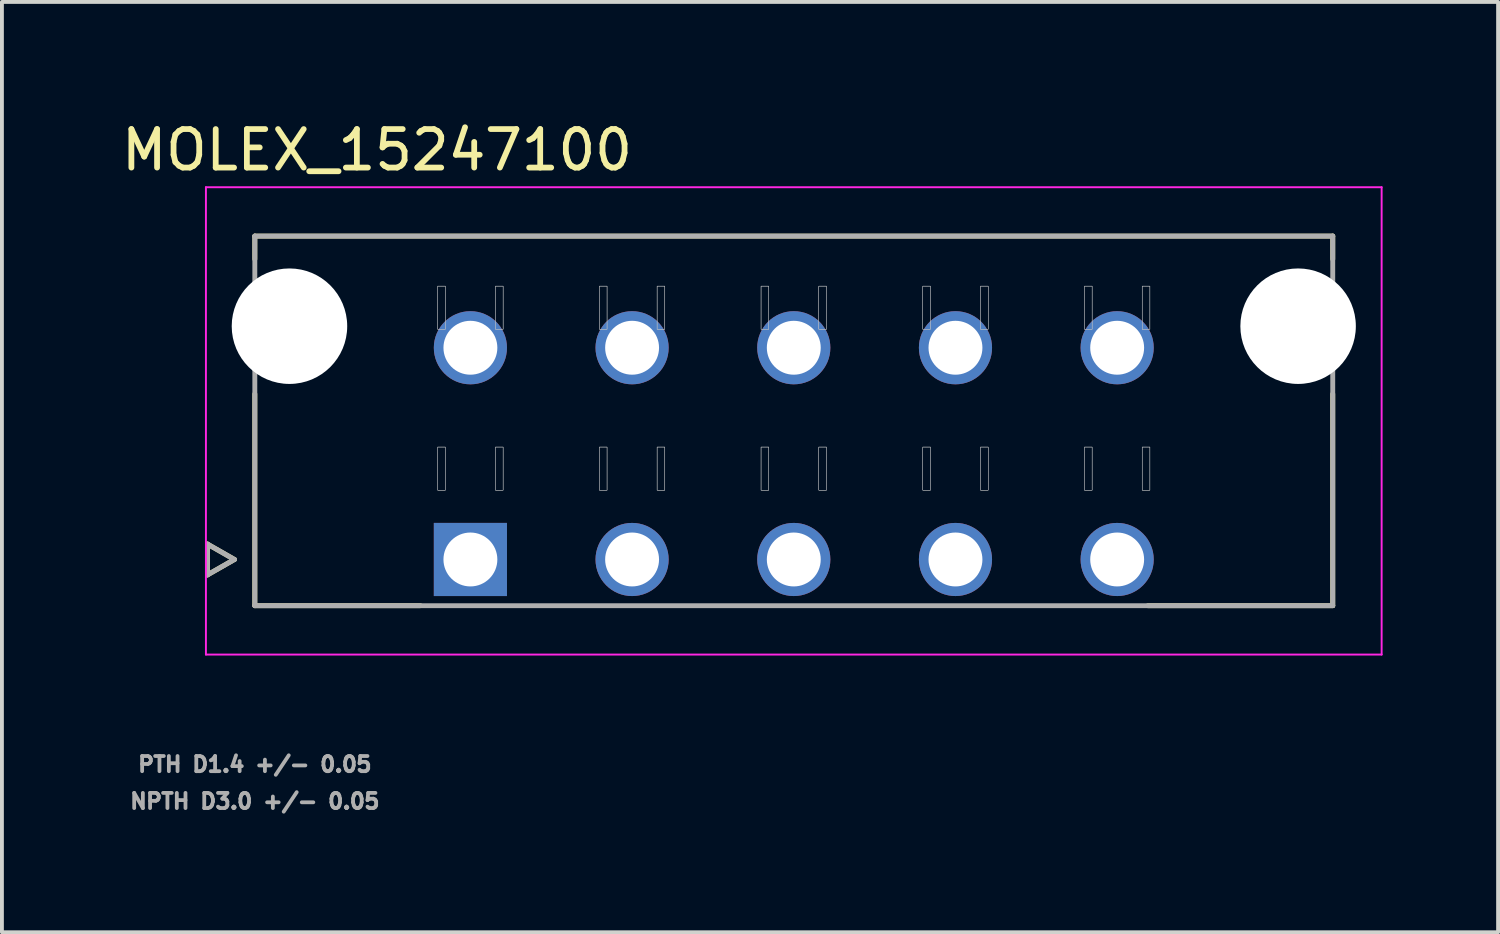
<source format=kicad_pcb>
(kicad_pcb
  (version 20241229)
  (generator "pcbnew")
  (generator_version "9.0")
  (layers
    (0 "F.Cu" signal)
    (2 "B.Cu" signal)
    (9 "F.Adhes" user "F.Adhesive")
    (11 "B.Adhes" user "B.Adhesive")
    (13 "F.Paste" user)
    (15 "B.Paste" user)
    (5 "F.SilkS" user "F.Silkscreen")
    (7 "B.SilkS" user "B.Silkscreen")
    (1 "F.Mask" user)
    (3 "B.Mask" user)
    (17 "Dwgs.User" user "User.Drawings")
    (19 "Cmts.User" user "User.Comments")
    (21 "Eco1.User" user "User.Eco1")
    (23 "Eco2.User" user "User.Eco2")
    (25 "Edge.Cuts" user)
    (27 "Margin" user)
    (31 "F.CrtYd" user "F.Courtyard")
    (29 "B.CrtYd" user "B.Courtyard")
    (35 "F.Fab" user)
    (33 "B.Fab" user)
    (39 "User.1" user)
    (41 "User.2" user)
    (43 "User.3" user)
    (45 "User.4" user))
  (footprint "MOLEX_15247100"
    (layer "F.Cu")
    (at 9.169 11.483)
    (property "Reference" "MOLEX_15247100" (at -2.425 -10.635 0) (layer "F.SilkS") (effects (font (size 1 1) (thickness 0.15))))
    (attr through_hole)
    (fp_circle (center -4.7 -6.06) (end -3.912 -6.06) (stroke (width 1.576) (type solid)) (fill no) (layer "F.Mask"))
    (fp_circle (center 0 -5.5) (end 0.513 -5.5) (stroke (width 1.026) (type solid)) (fill no) (layer "F.Mask"))
    (fp_circle (center 4.2 -5.5) (end 4.713 -5.5) (stroke (width 1.026) (type solid)) (fill no) (layer "F.Mask"))
    (fp_circle (center 4.2 0) (end 4.713 0) (stroke (width 1.026) (type solid)) (fill no) (layer "F.Mask"))
    (fp_circle (center 8.4 -5.5) (end 8.913 -5.5) (stroke (width 1.026) (type solid)) (fill no) (layer "F.Mask"))
    (fp_circle (center 8.4 0) (end 8.913 0) (stroke (width 1.026) (type solid)) (fill no) (layer "F.Mask"))
    (fp_circle (center 12.6 -5.5) (end 13.113 -5.5) (stroke (width 1.026) (type solid)) (fill no) (layer "F.Mask"))
    (fp_circle (center 12.6 0) (end 13.113 0) (stroke (width 1.026) (type solid)) (fill no) (layer "F.Mask"))
    (fp_circle (center 16.8 -5.5) (end 17.313 -5.5) (stroke (width 1.026) (type solid)) (fill no) (layer "F.Mask"))
    (fp_circle (center 16.8 0) (end 17.313 0) (stroke (width 1.026) (type solid)) (fill no) (layer "F.Mask"))
    (fp_circle (center 21.5 -6.06) (end 22.288 -6.06) (stroke (width 1.576) (type solid)) (fill no) (layer "F.Mask"))
    (fp_poly (pts (xy -1.026 -1.026) (xy 1.026 -1.026) (xy 1.026 1.026) (xy -1.026 1.026)) (stroke (width 0.01) (type solid)) (fill yes) (layer "F.Mask"))
    (fp_circle (center -4.7 -6.06) (end -3.912 -6.06) (stroke (width 1.576) (type solid)) (fill no) (layer "B.Mask"))
    (fp_circle (center 0 -5.5) (end 0.513 -5.5) (stroke (width 1.026) (type solid)) (fill no) (layer "B.Mask"))
    (fp_circle (center 4.2 -5.5) (end 4.713 -5.5) (stroke (width 1.026) (type solid)) (fill no) (layer "B.Mask"))
    (fp_circle (center 4.2 0) (end 4.713 0) (stroke (width 1.026) (type solid)) (fill no) (layer "B.Mask"))
    (fp_circle (center 8.4 -5.5) (end 8.913 -5.5) (stroke (width 1.026) (type solid)) (fill no) (layer "B.Mask"))
    (fp_circle (center 8.4 0) (end 8.913 0) (stroke (width 1.026) (type solid)) (fill no) (layer "B.Mask"))
    (fp_circle (center 12.6 -5.5) (end 13.113 -5.5) (stroke (width 1.026) (type solid)) (fill no) (layer "B.Mask"))
    (fp_circle (center 12.6 0) (end 13.113 0) (stroke (width 1.026) (type solid)) (fill no) (layer "B.Mask"))
    (fp_circle (center 16.8 -5.5) (end 17.313 -5.5) (stroke (width 1.026) (type solid)) (fill no) (layer "B.Mask"))
    (fp_circle (center 16.8 0) (end 17.313 0) (stroke (width 1.026) (type solid)) (fill no) (layer "B.Mask"))
    (fp_circle (center 21.5 -6.06) (end 22.288 -6.06) (stroke (width 1.576) (type solid)) (fill no) (layer "B.Mask"))
    (fp_poly (pts (xy -1.026 -1.026) (xy 1.026 -1.026) (xy 1.026 1.026) (xy -1.026 1.026)) (stroke (width 0.01) (type solid)) (fill yes) (layer "B.Mask"))
    (fp_line (start -6.83 -0.4) (end -6.83 0.4) (stroke (width 0.127) (type solid)) (layer "F.SilkS"))
    (fp_line (start -6.83 0.4) (end -6.13 0) (stroke (width 0.127) (type solid)) (layer "F.SilkS"))
    (fp_line (start -6.13 0) (end -6.83 -0.4) (stroke (width 0.127) (type solid)) (layer "F.SilkS"))
    (fp_line (start -5.6 -8.4) (end -5.6 -7.8) (stroke (width 0.127) (type solid)) (layer "F.SilkS"))
    (fp_line (start -5.6 -8.4) (end 22.4 -8.4) (stroke (width 0.127) (type solid)) (layer "F.SilkS"))
    (fp_line (start -5.6 -4.3) (end -5.6 1.2) (stroke (width 0.127) (type solid)) (layer "F.SilkS"))
    (fp_line (start -1.3 1.2) (end -5.6 1.2) (stroke (width 0.127) (type solid)) (layer "F.SilkS"))
    (fp_line (start 22.4 -8.4) (end 22.4 -7.8) (stroke (width 0.127) (type solid)) (layer "F.SilkS"))
    (fp_line (start 22.4 -4.3) (end 22.4 1.2) (stroke (width 0.127) (type solid)) (layer "F.SilkS"))
    (fp_line (start 22.4 1.2) (end 17.6 1.2) (stroke (width 0.127) (type solid)) (layer "F.SilkS"))
    (fp_poly (pts (xy -0.65 -7.1) (xy -0.85 -7.1) (xy -0.85 -5.98) (xy -0.65 -5.98)) (stroke (width 0.01) (type solid)) (fill no) (layer "Dwgs.User"))
    (fp_poly (pts (xy -0.65 -7.1) (xy -0.85 -7.1) (xy -0.85 -5.98) (xy -0.65 -5.98)) (stroke (width 0.01) (type solid)) (fill no) (layer "Dwgs.User"))
    (fp_poly (pts (xy -0.65 -2.92) (xy -0.85 -2.92) (xy -0.85 -1.8) (xy -0.65 -1.8)) (stroke (width 0.01) (type solid)) (fill no) (layer "Dwgs.User"))
    (fp_poly (pts (xy -0.65 -2.92) (xy -0.85 -2.92) (xy -0.85 -1.8) (xy -0.65 -1.8)) (stroke (width 0.01) (type solid)) (fill no) (layer "Dwgs.User"))
    (fp_poly (pts (xy 0.85 -7.1) (xy 0.65 -7.1) (xy 0.65 -5.98) (xy 0.85 -5.98)) (stroke (width 0.01) (type solid)) (fill no) (layer "Dwgs.User"))
    (fp_poly (pts (xy 0.85 -7.1) (xy 0.65 -7.1) (xy 0.65 -5.98) (xy 0.85 -5.98)) (stroke (width 0.01) (type solid)) (fill no) (layer "Dwgs.User"))
    (fp_poly (pts (xy 0.85 -2.92) (xy 0.65 -2.92) (xy 0.65 -1.8) (xy 0.85 -1.8)) (stroke (width 0.01) (type solid)) (fill no) (layer "Dwgs.User"))
    (fp_poly (pts (xy 0.85 -2.92) (xy 0.65 -2.92) (xy 0.65 -1.8) (xy 0.85 -1.8)) (stroke (width 0.01) (type solid)) (fill no) (layer "Dwgs.User"))
    (fp_poly (pts (xy 3.55 -7.1) (xy 3.35 -7.1) (xy 3.35 -5.98) (xy 3.55 -5.98)) (stroke (width 0.01) (type solid)) (fill no) (layer "Dwgs.User"))
    (fp_poly (pts (xy 3.55 -7.1) (xy 3.35 -7.1) (xy 3.35 -5.98) (xy 3.55 -5.98)) (stroke (width 0.01) (type solid)) (fill no) (layer "Dwgs.User"))
    (fp_poly (pts (xy 3.55 -2.92) (xy 3.35 -2.92) (xy 3.35 -1.8) (xy 3.55 -1.8)) (stroke (width 0.01) (type solid)) (fill no) (layer "Dwgs.User"))
    (fp_poly (pts (xy 3.55 -2.92) (xy 3.35 -2.92) (xy 3.35 -1.8) (xy 3.55 -1.8)) (stroke (width 0.01) (type solid)) (fill no) (layer "Dwgs.User"))
    (fp_poly (pts (xy 5.05 -7.1) (xy 4.85 -7.1) (xy 4.85 -5.98) (xy 5.05 -5.98)) (stroke (width 0.01) (type solid)) (fill no) (layer "Dwgs.User"))
    (fp_poly (pts (xy 5.05 -7.1) (xy 4.85 -7.1) (xy 4.85 -5.98) (xy 5.05 -5.98)) (stroke (width 0.01) (type solid)) (fill no) (layer "Dwgs.User"))
    (fp_poly (pts (xy 5.05 -2.92) (xy 4.85 -2.92) (xy 4.85 -1.8) (xy 5.05 -1.8)) (stroke (width 0.01) (type solid)) (fill no) (layer "Dwgs.User"))
    (fp_poly (pts (xy 5.05 -2.92) (xy 4.85 -2.92) (xy 4.85 -1.8) (xy 5.05 -1.8)) (stroke (width 0.01) (type solid)) (fill no) (layer "Dwgs.User"))
    (fp_poly (pts (xy 7.75 -7.1) (xy 7.55 -7.1) (xy 7.55 -5.98) (xy 7.75 -5.98)) (stroke (width 0.01) (type solid)) (fill no) (layer "Dwgs.User"))
    (fp_poly (pts (xy 7.75 -7.1) (xy 7.55 -7.1) (xy 7.55 -5.98) (xy 7.75 -5.98)) (stroke (width 0.01) (type solid)) (fill no) (layer "Dwgs.User"))
    (fp_poly (pts (xy 7.75 -2.92) (xy 7.55 -2.92) (xy 7.55 -1.8) (xy 7.75 -1.8)) (stroke (width 0.01) (type solid)) (fill no) (layer "Dwgs.User"))
    (fp_poly (pts (xy 7.75 -2.92) (xy 7.55 -2.92) (xy 7.55 -1.8) (xy 7.75 -1.8)) (stroke (width 0.01) (type solid)) (fill no) (layer "Dwgs.User"))
    (fp_poly (pts (xy 9.25 -7.1) (xy 9.05 -7.1) (xy 9.05 -5.98) (xy 9.25 -5.98)) (stroke (width 0.01) (type solid)) (fill no) (layer "Dwgs.User"))
    (fp_poly (pts (xy 9.25 -7.1) (xy 9.05 -7.1) (xy 9.05 -5.98) (xy 9.25 -5.98)) (stroke (width 0.01) (type solid)) (fill no) (layer "Dwgs.User"))
    (fp_poly (pts (xy 9.25 -2.92) (xy 9.05 -2.92) (xy 9.05 -1.8) (xy 9.25 -1.8)) (stroke (width 0.01) (type solid)) (fill no) (layer "Dwgs.User"))
    (fp_poly (pts (xy 9.25 -2.92) (xy 9.05 -2.92) (xy 9.05 -1.8) (xy 9.25 -1.8)) (stroke (width 0.01) (type solid)) (fill no) (layer "Dwgs.User"))
    (fp_poly (pts (xy 11.95 -7.1) (xy 11.75 -7.1) (xy 11.75 -5.98) (xy 11.95 -5.98)) (stroke (width 0.01) (type solid)) (fill no) (layer "Dwgs.User"))
    (fp_poly (pts (xy 11.95 -7.1) (xy 11.75 -7.1) (xy 11.75 -5.98) (xy 11.95 -5.98)) (stroke (width 0.01) (type solid)) (fill no) (layer "Dwgs.User"))
    (fp_poly (pts (xy 11.95 -2.92) (xy 11.75 -2.92) (xy 11.75 -1.8) (xy 11.95 -1.8)) (stroke (width 0.01) (type solid)) (fill no) (layer "Dwgs.User"))
    (fp_poly (pts (xy 11.95 -2.92) (xy 11.75 -2.92) (xy 11.75 -1.8) (xy 11.95 -1.8)) (stroke (width 0.01) (type solid)) (fill no) (layer "Dwgs.User"))
    (fp_poly (pts (xy 13.45 -7.1) (xy 13.25 -7.1) (xy 13.25 -5.98) (xy 13.45 -5.98)) (stroke (width 0.01) (type solid)) (fill no) (layer "Dwgs.User"))
    (fp_poly (pts (xy 13.45 -7.1) (xy 13.25 -7.1) (xy 13.25 -5.98) (xy 13.45 -5.98)) (stroke (width 0.01) (type solid)) (fill no) (layer "Dwgs.User"))
    (fp_poly (pts (xy 13.45 -2.92) (xy 13.25 -2.92) (xy 13.25 -1.8) (xy 13.45 -1.8)) (stroke (width 0.01) (type solid)) (fill no) (layer "Dwgs.User"))
    (fp_poly (pts (xy 13.45 -2.92) (xy 13.25 -2.92) (xy 13.25 -1.8) (xy 13.45 -1.8)) (stroke (width 0.01) (type solid)) (fill no) (layer "Dwgs.User"))
    (fp_poly (pts (xy 16.15 -7.1) (xy 15.95 -7.1) (xy 15.95 -5.98) (xy 16.15 -5.98)) (stroke (width 0.01) (type solid)) (fill no) (layer "Dwgs.User"))
    (fp_poly (pts (xy 16.15 -7.1) (xy 15.95 -7.1) (xy 15.95 -5.98) (xy 16.15 -5.98)) (stroke (width 0.01) (type solid)) (fill no) (layer "Dwgs.User"))
    (fp_poly (pts (xy 16.15 -2.92) (xy 15.95 -2.92) (xy 15.95 -1.8) (xy 16.15 -1.8)) (stroke (width 0.01) (type solid)) (fill no) (layer "Dwgs.User"))
    (fp_poly (pts (xy 16.15 -2.92) (xy 15.95 -2.92) (xy 15.95 -1.8) (xy 16.15 -1.8)) (stroke (width 0.01) (type solid)) (fill no) (layer "Dwgs.User"))
    (fp_poly (pts (xy 17.65 -7.1) (xy 17.45 -7.1) (xy 17.45 -5.98) (xy 17.65 -5.98)) (stroke (width 0.01) (type solid)) (fill no) (layer "Dwgs.User"))
    (fp_poly (pts (xy 17.65 -7.1) (xy 17.45 -7.1) (xy 17.45 -5.98) (xy 17.65 -5.98)) (stroke (width 0.01) (type solid)) (fill no) (layer "Dwgs.User"))
    (fp_poly (pts (xy 17.65 -2.92) (xy 17.45 -2.92) (xy 17.45 -1.8) (xy 17.65 -1.8)) (stroke (width 0.01) (type solid)) (fill no) (layer "Dwgs.User"))
    (fp_poly (pts (xy 17.65 -2.92) (xy 17.45 -2.92) (xy 17.45 -1.8) (xy 17.65 -1.8)) (stroke (width 0.01) (type solid)) (fill no) (layer "Dwgs.User"))
    (fp_line (start -6.87 -9.67) (end 23.67 -9.67) (stroke (width 0.05) (type solid)) (layer "F.CrtYd"))
    (fp_line (start -6.87 2.47) (end -6.87 -9.67) (stroke (width 0.05) (type solid)) (layer "F.CrtYd"))
    (fp_line (start -6.87 2.47) (end 23.67 2.47) (stroke (width 0.05) (type solid)) (layer "F.CrtYd"))
    (fp_line (start 23.67 -9.67) (end 23.67 2.47) (stroke (width 0.05) (type solid)) (layer "F.CrtYd"))
    (fp_line (start -6.83 -0.4) (end -6.83 0.4) (stroke (width 0.127) (type solid)) (layer "F.Fab"))
    (fp_line (start -6.83 0.4) (end -6.13 0) (stroke (width 0.127) (type solid)) (layer "F.Fab"))
    (fp_line (start -6.13 0) (end -6.83 -0.4) (stroke (width 0.127) (type solid)) (layer "F.Fab"))
    (fp_line (start -5.6 -8.4) (end 22.4 -8.4) (stroke (width 0.127) (type solid)) (layer "F.Fab"))
    (fp_line (start -5.6 1.2) (end -5.6 -8.4) (stroke (width 0.127) (type solid)) (layer "F.Fab"))
    (fp_line (start 22.4 -8.4) (end 22.4 1.2) (stroke (width 0.127) (type solid)) (layer "F.Fab"))
    (fp_line (start 22.4 1.2) (end -5.6 1.2) (stroke (width 0.127) (type solid)) (layer "F.Fab"))
    (fp_text user "PTH D1.4 +/- 0.05" (at -5.6 5.322 0) (layer "F.Fab") (effects (font (size 0.394 0.394) (thickness 0.15))))
    (fp_text user "NPTH D3.0 +/- 0.05" (at -5.6 6.28 0) (layer "F.Fab") (effects (font (size 0.394 0.394) (thickness 0.15))))
    (pad "" np_thru_hole circle (at -4.7 -6.06) (size 3 3) (drill 3) (layers "*.Cu" "*.Mask"))
    (pad "" np_thru_hole circle (at 21.5 -6.06) (size 3 3) (drill 3) (layers "*.Cu" "*.Mask"))
    (pad "1" thru_hole rect (at 0 0) (size 1.9 1.9) (drill 1.4) (layers "*.Cu"))
    (pad "2" thru_hole circle (at 4.2 0) (size 1.9 1.9) (drill 1.4) (layers "*.Cu"))
    (pad "3" thru_hole circle (at 8.4 0) (size 1.9 1.9) (drill 1.4) (layers "*.Cu"))
    (pad "4" thru_hole circle (at 12.6 0) (size 1.9 1.9) (drill 1.4) (layers "*.Cu"))
    (pad "5" thru_hole circle (at 16.8 0) (size 1.9 1.9) (drill 1.4) (layers "*.Cu"))
    (pad "6" thru_hole circle (at 0 -5.5) (size 1.9 1.9) (drill 1.4) (layers "*.Cu"))
    (pad "7" thru_hole circle (at 4.2 -5.5) (size 1.9 1.9) (drill 1.4) (layers "*.Cu"))
    (pad "8" thru_hole circle (at 8.4 -5.5) (size 1.9 1.9) (drill 1.4) (layers "*.Cu"))
    (pad "9" thru_hole circle (at 12.6 -5.5) (size 1.9 1.9) (drill 1.4) (layers "*.Cu"))
    (pad "10" thru_hole circle (at 16.8 -5.5) (size 1.9 1.9) (drill 1.4) (layers "*.Cu")))
  (gr_rect
    (start -3 -3)
    (end 35.864 21.166)
    (stroke (width 0.1) (type default))
    (fill no)
    (layer "Edge.Cuts")))
</source>
